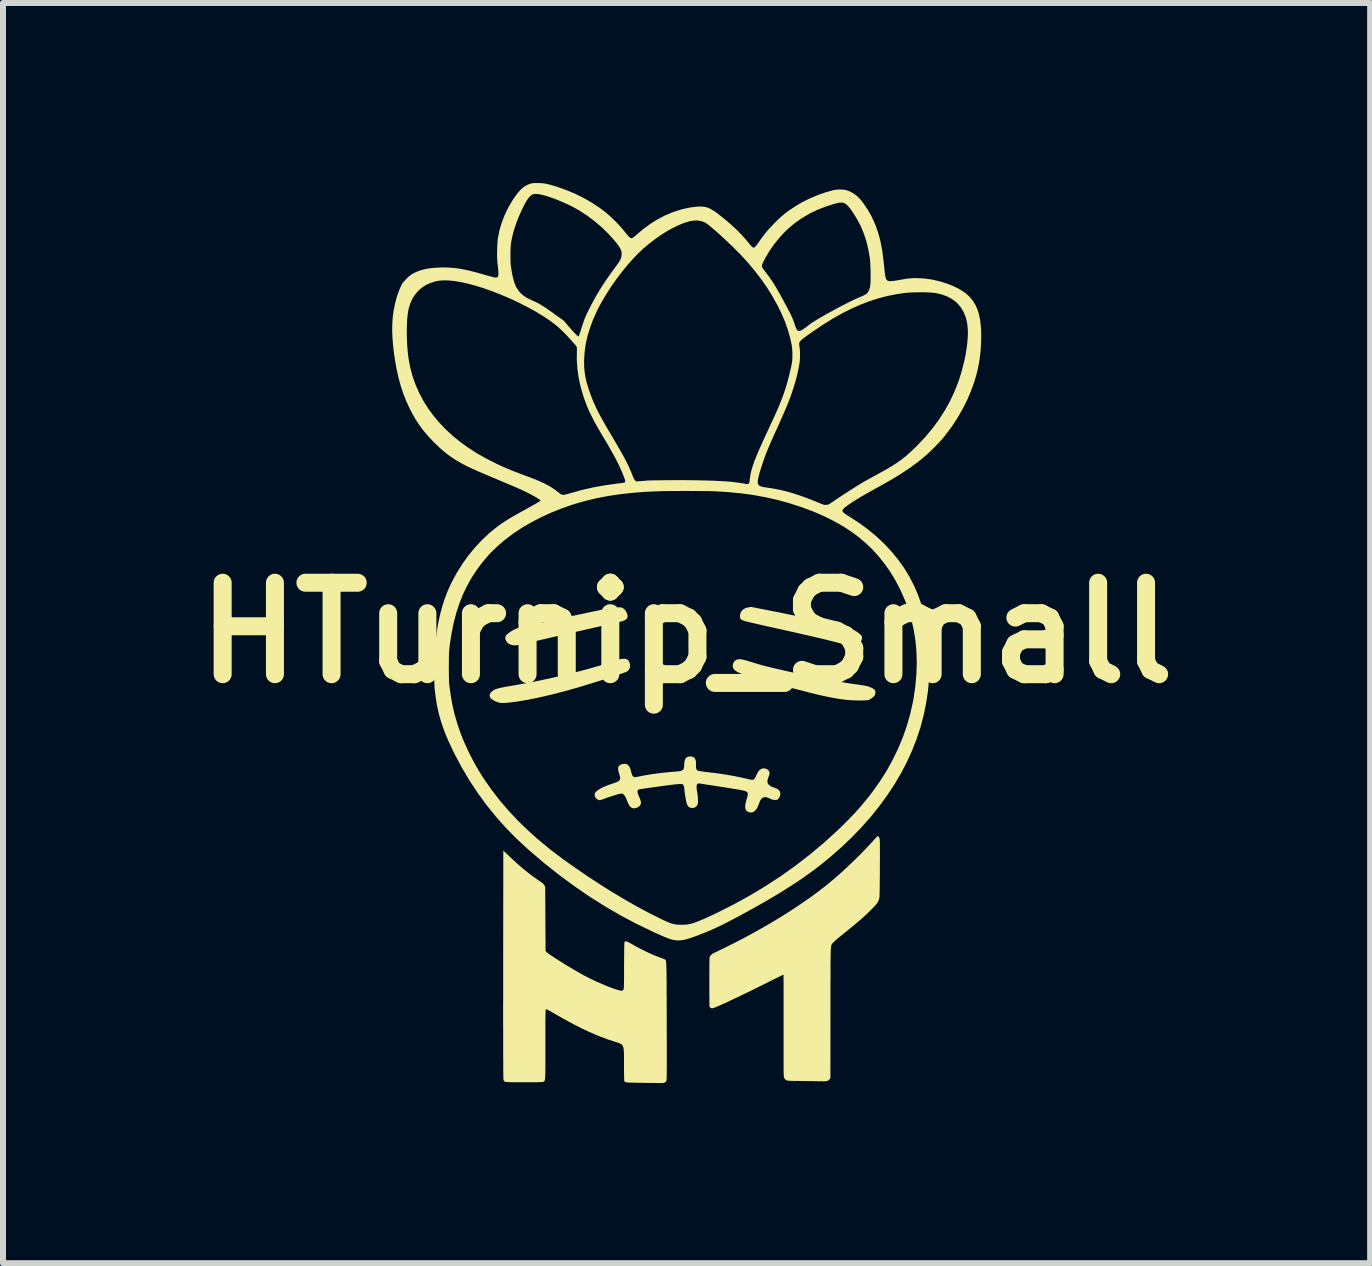
<source format=kicad_pcb>
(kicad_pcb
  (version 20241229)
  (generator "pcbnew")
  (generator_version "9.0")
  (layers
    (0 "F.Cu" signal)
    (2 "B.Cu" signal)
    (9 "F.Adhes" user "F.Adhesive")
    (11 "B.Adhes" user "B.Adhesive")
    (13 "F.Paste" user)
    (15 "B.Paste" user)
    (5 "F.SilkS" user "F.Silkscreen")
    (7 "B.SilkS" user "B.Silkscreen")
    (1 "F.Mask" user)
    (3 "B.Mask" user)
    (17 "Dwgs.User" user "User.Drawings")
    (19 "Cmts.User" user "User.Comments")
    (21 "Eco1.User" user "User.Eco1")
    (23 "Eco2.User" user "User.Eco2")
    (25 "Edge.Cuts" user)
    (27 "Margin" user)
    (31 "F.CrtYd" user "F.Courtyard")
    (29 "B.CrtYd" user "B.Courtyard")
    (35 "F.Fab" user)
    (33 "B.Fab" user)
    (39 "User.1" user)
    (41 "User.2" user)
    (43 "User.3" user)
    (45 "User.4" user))
  (footprint "HTurnip_Small"
    (layer "F.Cu")
    (at 8.389 7.494)
    (property "Reference" "HTurnip_Small" (at 0 0 0) (layer "F.SilkS") (effects (font (size 1.524 1.524) (thickness 0.3))))
    (attr board_only exclude_from_pos_files exclude_from_bom)
    (fp_poly (pts (xy -1.028 0.433) (xy -1.01 0.435) (xy -0.997 0.44) (xy -0.986 0.447) (xy -0.967 0.465) (xy -0.953 0.489) (xy -0.944 0.522) (xy -0.943 0.526) (xy -0.941 0.564) (xy -0.95 0.598) (xy -0.97 0.626) (xy -0.998 0.648) (xy -1.002 0.65) (xy -1.013 0.655) (xy -1.034 0.662) (xy -1.063 0.673) (xy -1.101 0.685) (xy -1.144 0.7) (xy -1.193 0.716) (xy -1.246 0.734) (xy -1.302 0.752) (xy -1.359 0.771) (xy -1.416 0.789) (xy -1.473 0.807) (xy -1.527 0.824) (xy -1.577 0.84) (xy -1.612 0.851) (xy -1.811 0.911) (xy -2.002 0.965) (xy -2.185 1.013) (xy -2.359 1.055) (xy -2.523 1.091) (xy -2.633 1.113) (xy -2.715 1.127) (xy -2.792 1.14) (xy -2.864 1.151) (xy -2.929 1.159) (xy -2.986 1.165) (xy -3.036 1.168) (xy -3.075 1.169) (xy -3.105 1.167) (xy -3.113 1.166) (xy -3.144 1.157) (xy -3.178 1.144) (xy -3.21 1.128) (xy -3.228 1.118) (xy -3.258 1.094) (xy -3.276 1.069) (xy -3.282 1.043) (xy -3.276 1.018) (xy -3.259 0.992) (xy -3.229 0.966) (xy -3.225 0.963) (xy -3.207 0.952) (xy -3.187 0.942) (xy -3.163 0.933) (xy -3.133 0.924) (xy -3.098 0.916) (xy -3.054 0.907) (xy -3.001 0.897) (xy -2.938 0.886) (xy -2.923 0.884) (xy -2.78 0.859) (xy -2.632 0.832) (xy -2.482 0.802) (xy -2.33 0.77) (xy -2.178 0.736) (xy -2.027 0.701) (xy -1.88 0.664) (xy -1.737 0.628) (xy -1.6 0.59) (xy -1.47 0.553) (xy -1.349 0.516) (xy -1.239 0.48) (xy -1.236 0.479) (xy -1.192 0.464) (xy -1.158 0.453) (xy -1.132 0.445) (xy -1.111 0.439) (xy -1.094 0.436) (xy -1.079 0.434) (xy -1.063 0.433) (xy -1.054 0.433)) (stroke (width 0) (type solid)) (fill yes) (layer "F.SilkS"))
    (fp_poly (pts (xy 1.369 -0.374) (xy 1.499 -0.348) (xy 1.619 -0.324) (xy 1.727 -0.302) (xy 1.826 -0.282) (xy 1.915 -0.263) (xy 1.996 -0.247) (xy 2.069 -0.231) (xy 2.134 -0.217) (xy 2.192 -0.205) (xy 2.243 -0.193) (xy 2.28 -0.184) (xy 2.332 -0.172) (xy 2.39 -0.159) (xy 2.449 -0.145) (xy 2.507 -0.131) (xy 2.558 -0.119) (xy 2.572 -0.116) (xy 2.624 -0.104) (xy 2.666 -0.093) (xy 2.701 -0.083) (xy 2.729 -0.073) (xy 2.753 -0.064) (xy 2.762 -0.06) (xy 2.795 -0.043) (xy 2.829 -0.023) (xy 2.86 -0.002) (xy 2.886 0.019) (xy 2.906 0.037) (xy 2.916 0.05) (xy 2.924 0.077) (xy 2.922 0.106) (xy 2.912 0.135) (xy 2.893 0.162) (xy 2.867 0.185) (xy 2.852 0.193) (xy 2.825 0.203) (xy 2.792 0.208) (xy 2.752 0.208) (xy 2.703 0.203) (xy 2.701 0.202) (xy 2.661 0.196) (xy 2.617 0.187) (xy 2.568 0.176) (xy 2.511 0.162) (xy 2.47 0.151) (xy 2.409 0.136) (xy 2.341 0.118) (xy 2.264 0.1) (xy 2.179 0.08) (xy 2.085 0.058) (xy 1.981 0.034) (xy 1.867 0.008) (xy 1.743 -0.02) (xy 1.63 -0.045) (xy 1.524 -0.069) (xy 1.429 -0.09) (xy 1.345 -0.108) (xy 1.271 -0.125) (xy 1.205 -0.14) (xy 1.149 -0.153) (xy 1.1 -0.164) (xy 1.058 -0.174) (xy 1.023 -0.183) (xy 0.994 -0.19) (xy 0.97 -0.197) (xy 0.951 -0.203) (xy 0.937 -0.208) (xy 0.925 -0.213) (xy 0.917 -0.218) (xy 0.91 -0.222) (xy 0.906 -0.227) (xy 0.902 -0.231) (xy 0.899 -0.235) (xy 0.891 -0.259) (xy 0.89 -0.287) (xy 0.896 -0.318) (xy 0.909 -0.349) (xy 0.924 -0.37) (xy 0.948 -0.393) (xy 0.976 -0.409) (xy 1.011 -0.421) (xy 1.033 -0.425) (xy 1.076 -0.432)) (stroke (width 0) (type solid)) (fill yes) (layer "F.SilkS"))
    (fp_poly (pts (xy -1.08 -0.421) (xy -1.05 -0.405) (xy -1.023 -0.379) (xy -1.015 -0.366) (xy -0.993 -0.326) (xy -0.983 -0.292) (xy -0.983 -0.262) (xy -0.994 -0.237) (xy -1.016 -0.217) (xy -1.049 -0.201) (xy -1.069 -0.195) (xy -1.079 -0.192) (xy -1.1 -0.187) (xy -1.131 -0.18) (xy -1.171 -0.17) (xy -1.22 -0.159) (xy -1.276 -0.146) (xy -1.339 -0.132) (xy -1.408 -0.116) (xy -1.482 -0.099) (xy -1.561 -0.081) (xy -1.643 -0.062) (xy -1.716 -0.045) (xy -1.834 -0.019) (xy -1.94 0.006) (xy -2.036 0.028) (xy -2.123 0.048) (xy -2.201 0.065) (xy -2.27 0.081) (xy -2.333 0.096) (xy -2.388 0.108) (xy -2.438 0.12) (xy -2.483 0.13) (xy -2.522 0.14) (xy -2.558 0.148) (xy -2.591 0.156) (xy -2.622 0.163) (xy -2.65 0.17) (xy -2.678 0.177) (xy -2.701 0.183) (xy -2.754 0.195) (xy -2.798 0.203) (xy -2.836 0.208) (xy -2.868 0.209) (xy -2.897 0.206) (xy -2.921 0.2) (xy -2.954 0.187) (xy -2.981 0.167) (xy -3.002 0.141) (xy -3.015 0.113) (xy -3.02 0.084) (xy -3.014 0.056) (xy -3.008 0.044) (xy -2.995 0.029) (xy -2.973 0.01) (xy -2.945 -0.01) (xy -2.913 -0.031) (xy -2.879 -0.05) (xy -2.867 -0.056) (xy -2.819 -0.077) (xy -2.762 -0.096) (xy -2.699 -0.113) (xy -2.641 -0.125) (xy -2.578 -0.137) (xy -2.523 -0.148) (xy -2.473 -0.158) (xy -2.423 -0.168) (xy -2.371 -0.179) (xy -2.313 -0.192) (xy -2.266 -0.203) (xy -2.224 -0.212) (xy -2.173 -0.224) (xy -2.115 -0.236) (xy -2.052 -0.25) (xy -1.987 -0.264) (xy -1.921 -0.278) (xy -1.857 -0.291) (xy -1.833 -0.296) (xy -1.773 -0.309) (xy -1.712 -0.321) (xy -1.653 -0.334) (xy -1.596 -0.346) (xy -1.545 -0.357) (xy -1.501 -0.366) (xy -1.466 -0.373) (xy -1.451 -0.377) (xy -1.376 -0.391) (xy -1.309 -0.402) (xy -1.262 -0.406) (xy -1.231 -0.409) (xy -1.203 -0.412) (xy -1.181 -0.415) (xy -1.167 -0.418) (xy -1.166 -0.418) (xy -1.15 -0.422) (xy -1.129 -0.425) (xy -1.115 -0.425)) (stroke (width 0) (type solid)) (fill yes) (layer "F.SilkS"))
    (fp_poly (pts (xy 0.92 0.443) (xy 0.956 0.451) (xy 1.001 0.463) (xy 1.03 0.472) (xy 1.07 0.484) (xy 1.114 0.497) (xy 1.157 0.51) (xy 1.194 0.522) (xy 1.209 0.526) (xy 1.239 0.535) (xy 1.279 0.545) (xy 1.328 0.558) (xy 1.386 0.572) (xy 1.451 0.588) (xy 1.521 0.604) (xy 1.595 0.621) (xy 1.673 0.639) (xy 1.753 0.657) (xy 1.834 0.675) (xy 1.914 0.693) (xy 1.992 0.71) (xy 2.068 0.726) (xy 2.14 0.741) (xy 2.207 0.755) (xy 2.236 0.76) (xy 2.393 0.79) (xy 2.55 0.817) (xy 2.702 0.841) (xy 2.833 0.859) (xy 2.874 0.865) (xy 2.914 0.871) (xy 2.95 0.877) (xy 2.979 0.882) (xy 3 0.886) (xy 3.006 0.887) (xy 3.037 0.897) (xy 3.069 0.909) (xy 3.097 0.923) (xy 3.12 0.937) (xy 3.135 0.949) (xy 3.137 0.952) (xy 3.145 0.973) (xy 3.147 0.999) (xy 3.142 1.026) (xy 3.137 1.038) (xy 3.125 1.055) (xy 3.105 1.074) (xy 3.08 1.093) (xy 3.055 1.109) (xy 3.033 1.119) (xy 3.032 1.119) (xy 3.017 1.122) (xy 2.991 1.124) (xy 2.958 1.126) (xy 2.919 1.127) (xy 2.876 1.127) (xy 2.832 1.126) (xy 2.788 1.125) (xy 2.746 1.123) (xy 2.719 1.121) (xy 2.659 1.116) (xy 2.599 1.109) (xy 2.538 1.1) (xy 2.473 1.089) (xy 2.405 1.077) (xy 2.332 1.062) (xy 2.253 1.045) (xy 2.167 1.025) (xy 2.072 1.002) (xy 1.969 0.975) (xy 1.868 0.949) (xy 1.806 0.933) (xy 1.736 0.915) (xy 1.662 0.896) (xy 1.587 0.877) (xy 1.515 0.859) (xy 1.45 0.843) (xy 1.427 0.837) (xy 1.352 0.818) (xy 1.287 0.801) (xy 1.229 0.786) (xy 1.177 0.771) (xy 1.129 0.757) (xy 1.083 0.742) (xy 1.037 0.726) (xy 0.988 0.709) (xy 0.973 0.704) (xy 0.921 0.684) (xy 0.878 0.667) (xy 0.845 0.651) (xy 0.82 0.635) (xy 0.801 0.62) (xy 0.787 0.604) (xy 0.779 0.59) (xy 0.77 0.561) (xy 0.771 0.53) (xy 0.781 0.5) (xy 0.799 0.473) (xy 0.823 0.454) (xy 0.843 0.445) (xy 0.865 0.441) (xy 0.89 0.44)) (stroke (width 0) (type solid)) (fill yes) (layer "F.SilkS"))
    (fp_poly (pts (xy 3.194 3.388) (xy 3.201 3.395) (xy 3.208 3.408) (xy 3.212 3.418) (xy 3.214 3.423) (xy 3.216 3.429) (xy 3.218 3.437) (xy 3.219 3.447) (xy 3.22 3.46) (xy 3.221 3.478) (xy 3.221 3.5) (xy 3.222 3.528) (xy 3.222 3.563) (xy 3.222 3.605) (xy 3.222 3.655) (xy 3.222 3.715) (xy 3.222 3.784) (xy 3.221 3.864) (xy 3.221 3.92) (xy 3.221 4.015) (xy 3.22 4.1) (xy 3.219 4.173) (xy 3.219 4.236) (xy 3.218 4.289) (xy 3.217 4.332) (xy 3.216 4.367) (xy 3.215 4.393) (xy 3.213 4.411) (xy 3.212 4.422) (xy 3.212 4.423) (xy 3.205 4.447) (xy 3.196 4.468) (xy 3.185 4.489) (xy 3.171 4.51) (xy 3.152 4.534) (xy 3.127 4.562) (xy 3.095 4.594) (xy 3.06 4.629) (xy 3.023 4.666) (xy 2.985 4.702) (xy 2.946 4.737) (xy 2.906 4.774) (xy 2.861 4.812) (xy 2.813 4.853) (xy 2.758 4.898) (xy 2.697 4.948) (xy 2.627 5.004) (xy 2.608 5.02) (xy 2.571 5.05) (xy 2.535 5.079) (xy 2.503 5.106) (xy 2.476 5.13) (xy 2.455 5.149) (xy 2.441 5.162) (xy 2.437 5.166) (xy 2.433 5.172) (xy 2.429 5.177) (xy 2.425 5.182) (xy 2.421 5.187) (xy 2.418 5.192) (xy 2.415 5.2) (xy 2.412 5.208) (xy 2.41 5.22) (xy 2.408 5.234) (xy 2.406 5.251) (xy 2.405 5.273) (xy 2.403 5.299) (xy 2.402 5.33) (xy 2.401 5.366) (xy 2.401 5.408) (xy 2.4 5.457) (xy 2.399 5.513) (xy 2.399 5.576) (xy 2.399 5.648) (xy 2.399 5.728) (xy 2.398 5.817) (xy 2.398 5.916) (xy 2.398 6.025) (xy 2.398 6.144) (xy 2.398 6.275) (xy 2.398 6.335) (xy 2.397 7.419) (xy 2.384 7.436) (xy 2.371 7.451) (xy 2.356 7.462) (xy 2.337 7.468) (xy 2.311 7.472) (xy 2.276 7.473) (xy 2.259 7.472) (xy 2.238 7.472) (xy 2.206 7.472) (xy 2.165 7.471) (xy 2.118 7.47) (xy 2.066 7.47) (xy 2.01 7.469) (xy 1.953 7.468) (xy 1.934 7.468) (xy 1.872 7.467) (xy 1.821 7.466) (xy 1.78 7.466) (xy 1.747 7.465) (xy 1.721 7.464) (xy 1.702 7.463) (xy 1.687 7.461) (xy 1.677 7.46) (xy 1.669 7.457) (xy 1.663 7.455) (xy 1.66 7.453) (xy 1.643 7.439) (xy 1.629 7.421) (xy 1.627 7.418) (xy 1.626 7.414) (xy 1.624 7.41) (xy 1.623 7.405) (xy 1.622 7.397) (xy 1.621 7.387) (xy 1.62 7.374) (xy 1.619 7.358) (xy 1.619 7.337) (xy 1.618 7.311) (xy 1.618 7.28) (xy 1.617 7.243) (xy 1.617 7.199) (xy 1.617 7.148) (xy 1.617 7.089) (xy 1.617 7.022) (xy 1.617 6.946) (xy 1.617 6.86) (xy 1.617 6.764) (xy 1.617 6.657) (xy 1.617 6.545) (xy 1.617 6.445) (xy 1.617 6.349) (xy 1.617 6.256) (xy 1.617 6.169) (xy 1.617 6.086) (xy 1.617 6.01) (xy 1.617 5.94) (xy 1.617 5.878) (xy 1.617 5.823) (xy 1.616 5.778) (xy 1.616 5.741) (xy 1.616 5.715) (xy 1.615 5.699) (xy 1.615 5.695) (xy 1.609 5.697) (xy 1.594 5.705) (xy 1.57 5.717) (xy 1.538 5.732) (xy 1.5 5.751) (xy 1.457 5.772) (xy 1.409 5.796) (xy 1.36 5.821) (xy 1.218 5.891) (xy 1.085 5.957) (xy 0.96 6.018) (xy 0.845 6.073) (xy 0.739 6.123) (xy 0.643 6.168) (xy 0.626 6.175) (xy 0.575 6.199) (xy 0.534 6.217) (xy 0.5 6.231) (xy 0.474 6.242) (xy 0.454 6.249) (xy 0.439 6.254) (xy 0.427 6.256) (xy 0.421 6.256) (xy 0.403 6.251) (xy 0.389 6.238) (xy 0.382 6.222) (xy 0.382 6.219) (xy 0.381 6.18) (xy 0.381 6.135) (xy 0.381 6.083) (xy 0.38 6.027) (xy 0.38 5.968) (xy 0.38 5.906) (xy 0.38 5.843) (xy 0.38 5.78) (xy 0.38 5.718) (xy 0.38 5.659) (xy 0.381 5.603) (xy 0.381 5.552) (xy 0.381 5.507) (xy 0.382 5.469) (xy 0.382 5.44) (xy 0.383 5.42) (xy 0.383 5.41) (xy 0.384 5.41) (xy 0.391 5.39) (xy 0.405 5.372) (xy 0.425 5.354) (xy 0.454 5.336) (xy 0.493 5.317) (xy 0.498 5.315) (xy 0.686 5.223) (xy 0.874 5.128) (xy 1.059 5.03) (xy 1.24 4.929) (xy 1.418 4.826) (xy 1.589 4.722) (xy 1.755 4.617) (xy 1.913 4.512) (xy 2.063 4.408) (xy 2.203 4.305) (xy 2.333 4.204) (xy 2.365 4.177) (xy 2.464 4.094) (xy 2.566 4.005) (xy 2.669 3.911) (xy 2.771 3.814) (xy 2.87 3.717) (xy 2.964 3.621) (xy 3.052 3.528) (xy 3.115 3.459) (xy 3.141 3.429) (xy 3.161 3.408) (xy 3.176 3.394) (xy 3.186 3.388)) (stroke (width 0) (type solid)) (fill yes) (layer "F.SilkS"))
    (fp_poly (pts (xy -2.973 3.705) (xy -2.882 3.79) (xy -2.797 3.867) (xy -2.716 3.936) (xy -2.638 3.999) (xy -2.562 4.057) (xy -2.486 4.11) (xy -2.444 4.139) (xy -2.414 4.159) (xy -2.393 4.176) (xy -2.379 4.191) (xy -2.37 4.204) (xy -2.355 4.229) (xy -2.352 4.764) (xy -2.349 5.298) (xy -2.336 5.316) (xy -2.326 5.325) (xy -2.307 5.34) (xy -2.28 5.359) (xy -2.246 5.383) (xy -2.205 5.41) (xy -2.16 5.439) (xy -2.111 5.47) (xy -2.059 5.503) (xy -2.005 5.536) (xy -1.95 5.569) (xy -1.896 5.601) (xy -1.844 5.632) (xy -1.794 5.661) (xy -1.747 5.687) (xy -1.706 5.71) (xy -1.702 5.712) (xy -1.639 5.744) (xy -1.574 5.776) (xy -1.508 5.808) (xy -1.441 5.837) (xy -1.376 5.865) (xy -1.314 5.891) (xy -1.255 5.913) (xy -1.202 5.932) (xy -1.156 5.947) (xy -1.117 5.957) (xy -1.092 5.962) (xy -1.074 5.963) (xy -1.064 5.961) (xy -1.056 5.953) (xy -1.053 5.948) (xy -1.051 5.944) (xy -1.049 5.939) (xy -1.047 5.932) (xy -1.046 5.922) (xy -1.044 5.908) (xy -1.044 5.89) (xy -1.043 5.866) (xy -1.042 5.836) (xy -1.042 5.798) (xy -1.041 5.752) (xy -1.041 5.696) (xy -1.041 5.631) (xy -1.041 5.554) (xy -1.041 5.548) (xy -1.04 5.463) (xy -1.04 5.39) (xy -1.039 5.327) (xy -1.039 5.275) (xy -1.038 5.233) (xy -1.037 5.2) (xy -1.036 5.176) (xy -1.034 5.16) (xy -1.033 5.152) (xy -1.033 5.151) (xy -1.025 5.143) (xy -1.015 5.14) (xy -0.999 5.143) (xy -0.977 5.151) (xy -0.948 5.165) (xy -0.911 5.186) (xy -0.892 5.197) (xy -0.832 5.231) (xy -0.766 5.266) (xy -0.697 5.3) (xy -0.628 5.333) (xy -0.561 5.363) (xy -0.501 5.388) (xy -0.487 5.393) (xy -0.454 5.405) (xy -0.424 5.417) (xy -0.398 5.427) (xy -0.38 5.434) (xy -0.374 5.437) (xy -0.369 5.438) (xy -0.364 5.44) (xy -0.36 5.441) (xy -0.356 5.443) (xy -0.352 5.446) (xy -0.349 5.451) (xy -0.346 5.458) (xy -0.344 5.467) (xy -0.342 5.48) (xy -0.34 5.496) (xy -0.338 5.517) (xy -0.337 5.543) (xy -0.336 5.574) (xy -0.335 5.61) (xy -0.334 5.654) (xy -0.333 5.704) (xy -0.333 5.761) (xy -0.332 5.827) (xy -0.332 5.901) (xy -0.332 5.984) (xy -0.331 6.077) (xy -0.331 6.18) (xy -0.331 6.294) (xy -0.33 6.419) (xy -0.33 6.467) (xy -0.33 6.598) (xy -0.33 6.717) (xy -0.329 6.824) (xy -0.329 6.922) (xy -0.329 7.009) (xy -0.329 7.087) (xy -0.329 7.157) (xy -0.329 7.217) (xy -0.33 7.27) (xy -0.33 7.315) (xy -0.33 7.353) (xy -0.331 7.385) (xy -0.331 7.411) (xy -0.332 7.431) (xy -0.333 7.447) (xy -0.334 7.458) (xy -0.334 7.464) (xy -0.335 7.468) (xy -0.352 7.486) (xy -0.377 7.498) (xy -0.409 7.502) (xy -0.421 7.502) (xy -0.434 7.502) (xy -0.458 7.501) (xy -0.491 7.501) (xy -0.532 7.5) (xy -0.579 7.5) (xy -0.631 7.499) (xy -0.687 7.498) (xy -0.731 7.498) (xy -0.798 7.497) (xy -0.854 7.496) (xy -0.9 7.495) (xy -0.937 7.494) (xy -0.966 7.493) (xy -0.988 7.491) (xy -1.005 7.489) (xy -1.017 7.486) (xy -1.025 7.483) (xy -1.03 7.479) (xy -1.034 7.474) (xy -1.036 7.469) (xy -1.038 7.461) (xy -1.039 7.443) (xy -1.04 7.415) (xy -1.04 7.378) (xy -1.041 7.335) (xy -1.042 7.286) (xy -1.042 7.232) (xy -1.042 7.187) (xy -1.042 7.116) (xy -1.042 7.057) (xy -1.043 7.008) (xy -1.045 6.967) (xy -1.048 6.934) (xy -1.053 6.907) (xy -1.06 6.886) (xy -1.07 6.87) (xy -1.084 6.857) (xy -1.101 6.846) (xy -1.123 6.837) (xy -1.15 6.827) (xy -1.182 6.817) (xy -1.211 6.808) (xy -1.318 6.772) (xy -1.423 6.733) (xy -1.529 6.69) (xy -1.635 6.643) (xy -1.745 6.591) (xy -1.858 6.534) (xy -1.977 6.471) (xy -2.102 6.401) (xy -2.202 6.344) (xy -2.243 6.32) (xy -2.275 6.302) (xy -2.299 6.289) (xy -2.317 6.28) (xy -2.329 6.275) (xy -2.337 6.273) (xy -2.342 6.274) (xy -2.344 6.275) (xy -2.345 6.278) (xy -2.347 6.283) (xy -2.348 6.293) (xy -2.349 6.306) (xy -2.349 6.324) (xy -2.35 6.348) (xy -2.351 6.378) (xy -2.351 6.415) (xy -2.352 6.46) (xy -2.352 6.513) (xy -2.352 6.575) (xy -2.352 6.646) (xy -2.352 6.728) (xy -2.352 6.821) (xy -2.352 6.858) (xy -2.352 6.956) (xy -2.352 7.044) (xy -2.352 7.121) (xy -2.352 7.188) (xy -2.352 7.246) (xy -2.353 7.295) (xy -2.353 7.337) (xy -2.354 7.371) (xy -2.356 7.399) (xy -2.357 7.422) (xy -2.359 7.44) (xy -2.362 7.453) (xy -2.365 7.462) (xy -2.368 7.469) (xy -2.372 7.474) (xy -2.376 7.477) (xy -2.382 7.479) (xy -2.388 7.481) (xy -2.389 7.482) (xy -2.397 7.484) (xy -2.41 7.485) (xy -2.43 7.486) (xy -2.456 7.487) (xy -2.491 7.488) (xy -2.535 7.488) (xy -2.589 7.489) (xy -2.653 7.489) (xy -2.711 7.489) (xy -2.782 7.488) (xy -2.841 7.488) (xy -2.891 7.488) (xy -2.932 7.487) (xy -2.964 7.486) (xy -2.99 7.485) (xy -3.009 7.482) (xy -3.023 7.479) (xy -3.033 7.475) (xy -3.04 7.47) (xy -3.044 7.464) (xy -3.047 7.457) (xy -3.05 7.448) (xy -3.05 7.445) (xy -3.051 7.439) (xy -3.052 7.424) (xy -3.052 7.401) (xy -3.053 7.369) (xy -3.053 7.328) (xy -3.054 7.278) (xy -3.054 7.218) (xy -3.054 7.149) (xy -3.055 7.071) (xy -3.055 6.983) (xy -3.055 6.884) (xy -3.055 6.776) (xy -3.055 6.657) (xy -3.056 6.527) (xy -3.056 6.386) (xy -3.056 6.235) (xy -3.055 6.072) (xy -3.055 5.898) (xy -3.055 5.713) (xy -3.055 5.525) (xy -3.053 3.628)) (stroke (width 0) (type solid)) (fill yes) (layer "F.SilkS"))
    (fp_poly (pts (xy 0.094 2.063) (xy 0.118 2.073) (xy 0.136 2.091) (xy 0.145 2.107) (xy 0.151 2.122) (xy 0.155 2.137) (xy 0.157 2.156) (xy 0.157 2.182) (xy 0.157 2.194) (xy 0.157 2.23) (xy 0.16 2.256) (xy 0.165 2.275) (xy 0.175 2.288) (xy 0.186 2.296) (xy 0.198 2.3) (xy 0.221 2.304) (xy 0.252 2.309) (xy 0.29 2.314) (xy 0.335 2.32) (xy 0.336 2.32) (xy 0.46 2.334) (xy 0.575 2.35) (xy 0.683 2.367) (xy 0.786 2.385) (xy 0.886 2.405) (xy 0.983 2.427) (xy 1.027 2.437) (xy 1.06 2.445) (xy 1.085 2.449) (xy 1.104 2.448) (xy 1.118 2.443) (xy 1.13 2.433) (xy 1.141 2.417) (xy 1.153 2.394) (xy 1.167 2.365) (xy 1.179 2.341) (xy 1.192 2.318) (xy 1.203 2.301) (xy 1.204 2.3) (xy 1.223 2.281) (xy 1.247 2.267) (xy 1.272 2.258) (xy 1.283 2.257) (xy 1.31 2.261) (xy 1.338 2.271) (xy 1.36 2.287) (xy 1.361 2.288) (xy 1.376 2.305) (xy 1.382 2.325) (xy 1.382 2.348) (xy 1.374 2.378) (xy 1.368 2.396) (xy 1.355 2.433) (xy 1.348 2.463) (xy 1.348 2.487) (xy 1.354 2.507) (xy 1.366 2.525) (xy 1.374 2.534) (xy 1.39 2.547) (xy 1.407 2.558) (xy 1.429 2.568) (xy 1.457 2.578) (xy 1.494 2.592) (xy 1.521 2.606) (xy 1.54 2.623) (xy 1.553 2.642) (xy 1.556 2.648) (xy 1.563 2.68) (xy 1.559 2.713) (xy 1.545 2.745) (xy 1.531 2.763) (xy 1.519 2.775) (xy 1.509 2.781) (xy 1.496 2.784) (xy 1.475 2.785) (xy 1.473 2.785) (xy 1.451 2.783) (xy 1.43 2.779) (xy 1.408 2.771) (xy 1.391 2.763) (xy 1.357 2.748) (xy 1.331 2.739) (xy 1.31 2.737) (xy 1.291 2.739) (xy 1.276 2.746) (xy 1.256 2.758) (xy 1.24 2.775) (xy 1.226 2.798) (xy 1.212 2.831) (xy 1.205 2.852) (xy 1.185 2.902) (xy 1.161 2.942) (xy 1.134 2.971) (xy 1.105 2.988) (xy 1.072 2.994) (xy 1.046 2.991) (xy 1.016 2.979) (xy 0.995 2.96) (xy 0.981 2.933) (xy 0.977 2.899) (xy 0.98 2.856) (xy 0.992 2.805) (xy 0.999 2.782) (xy 1.011 2.739) (xy 1.019 2.706) (xy 1.02 2.681) (xy 1.016 2.663) (xy 1.01 2.655) (xy 1.004 2.65) (xy 0.998 2.645) (xy 0.989 2.641) (xy 0.979 2.637) (xy 0.965 2.633) (xy 0.946 2.628) (xy 0.923 2.623) (xy 0.895 2.617) (xy 0.86 2.611) (xy 0.817 2.604) (xy 0.766 2.596) (xy 0.707 2.586) (xy 0.638 2.575) (xy 0.558 2.563) (xy 0.507 2.555) (xy 0.451 2.546) (xy 0.398 2.538) (xy 0.349 2.531) (xy 0.305 2.524) (xy 0.269 2.518) (xy 0.241 2.514) (xy 0.222 2.511) (xy 0.214 2.509) (xy 0.194 2.51) (xy 0.18 2.518) (xy 0.171 2.535) (xy 0.167 2.561) (xy 0.168 2.597) (xy 0.175 2.643) (xy 0.179 2.667) (xy 0.186 2.716) (xy 0.19 2.766) (xy 0.191 2.789) (xy 0.191 2.819) (xy 0.189 2.84) (xy 0.186 2.855) (xy 0.181 2.868) (xy 0.177 2.874) (xy 0.157 2.898) (xy 0.129 2.914) (xy 0.095 2.919) (xy 0.093 2.919) (xy 0.061 2.914) (xy 0.034 2.899) (xy 0.015 2.874) (xy 0.013 2.87) (xy 0.006 2.851) (xy -0.002 2.823) (xy -0.01 2.787) (xy -0.017 2.748) (xy -0.024 2.706) (xy -0.03 2.666) (xy -0.034 2.628) (xy -0.035 2.619) (xy -0.039 2.581) (xy -0.044 2.555) (xy -0.05 2.541) (xy -0.054 2.534) (xy -0.059 2.529) (xy -0.066 2.524) (xy -0.074 2.521) (xy -0.086 2.519) (xy -0.101 2.518) (xy -0.122 2.519) (xy -0.148 2.521) (xy -0.182 2.524) (xy -0.222 2.529) (xy -0.272 2.535) (xy -0.331 2.543) (xy -0.401 2.552) (xy -0.439 2.557) (xy -0.502 2.566) (xy -0.561 2.574) (xy -0.615 2.582) (xy -0.665 2.589) (xy -0.707 2.595) (xy -0.742 2.6) (xy -0.768 2.604) (xy -0.784 2.607) (xy -0.789 2.608) (xy -0.806 2.617) (xy -0.816 2.63) (xy -0.818 2.649) (xy -0.813 2.673) (xy -0.801 2.706) (xy -0.795 2.721) (xy -0.777 2.761) (xy -0.766 2.794) (xy -0.76 2.82) (xy -0.76 2.841) (xy -0.761 2.845) (xy -0.771 2.871) (xy -0.79 2.893) (xy -0.816 2.909) (xy -0.844 2.92) (xy -0.874 2.924) (xy -0.903 2.92) (xy -0.927 2.908) (xy -0.932 2.903) (xy -0.948 2.885) (xy -0.964 2.858) (xy -0.979 2.827) (xy -0.991 2.797) (xy -1.001 2.77) (xy -1.014 2.743) (xy -1.028 2.718) (xy -1.041 2.7) (xy -1.046 2.694) (xy -1.066 2.681) (xy -1.09 2.678) (xy -1.119 2.683) (xy -1.12 2.683) (xy -1.155 2.693) (xy -1.195 2.706) (xy -1.237 2.719) (xy -1.279 2.732) (xy -1.317 2.745) (xy -1.35 2.757) (xy -1.375 2.766) (xy -1.383 2.769) (xy -1.407 2.778) (xy -1.429 2.785) (xy -1.445 2.788) (xy -1.446 2.788) (xy -1.475 2.782) (xy -1.5 2.766) (xy -1.52 2.741) (xy -1.521 2.738) (xy -1.531 2.712) (xy -1.531 2.687) (xy -1.522 2.664) (xy -1.502 2.641) (xy -1.471 2.617) (xy -1.447 2.602) (xy -1.403 2.578) (xy -1.354 2.556) (xy -1.298 2.534) (xy -1.233 2.512) (xy -1.221 2.508) (xy -1.177 2.493) (xy -1.145 2.479) (xy -1.123 2.463) (xy -1.11 2.445) (xy -1.106 2.423) (xy -1.108 2.395) (xy -1.118 2.361) (xy -1.122 2.35) (xy -1.135 2.305) (xy -1.14 2.269) (xy -1.138 2.241) (xy -1.127 2.218) (xy -1.107 2.202) (xy -1.078 2.19) (xy -1.06 2.185) (xy -1.025 2.182) (xy -0.995 2.19) (xy -0.97 2.209) (xy -0.968 2.212) (xy -0.953 2.231) (xy -0.942 2.251) (xy -0.933 2.277) (xy -0.924 2.311) (xy -0.922 2.318) (xy -0.912 2.355) (xy -0.9 2.382) (xy -0.886 2.398) (xy -0.873 2.404) (xy -0.859 2.404) (xy -0.835 2.402) (xy -0.804 2.397) (xy -0.794 2.394) (xy -0.691 2.374) (xy -0.584 2.356) (xy -0.472 2.341) (xy -0.351 2.327) (xy -0.221 2.315) (xy -0.203 2.314) (xy -0.155 2.31) (xy -0.117 2.305) (xy -0.089 2.299) (xy -0.069 2.29) (xy -0.055 2.278) (xy -0.046 2.261) (xy -0.041 2.24) (xy -0.039 2.211) (xy -0.039 2.197) (xy -0.035 2.151) (xy -0.027 2.115) (xy -0.013 2.089) (xy 0.007 2.072) (xy 0.033 2.062) (xy 0.062 2.059)) (stroke (width 0) (type solid)) (fill yes) (layer "F.SilkS"))
    (fp_poly (pts (xy -2.477 -7.494) (xy -2.434 -7.493) (xy -2.393 -7.49) (xy -2.352 -7.484) (xy -2.308 -7.475) (xy -2.259 -7.462) (xy -2.203 -7.446) (xy -2.164 -7.434) (xy -2.004 -7.377) (xy -1.85 -7.313) (xy -1.704 -7.24) (xy -1.566 -7.16) (xy -1.436 -7.073) (xy -1.355 -7.012) (xy -1.314 -6.977) (xy -1.268 -6.936) (xy -1.22 -6.89) (xy -1.172 -6.843) (xy -1.128 -6.797) (xy -1.088 -6.753) (xy -1.055 -6.713) (xy -1.052 -6.71) (xy -1.019 -6.669) (xy -0.993 -6.636) (xy -0.972 -6.612) (xy -0.955 -6.595) (xy -0.941 -6.583) (xy -0.93 -6.577) (xy -0.919 -6.575) (xy -0.909 -6.577) (xy -0.899 -6.582) (xy -0.886 -6.589) (xy -0.868 -6.603) (xy -0.846 -6.621) (xy -0.829 -6.636) (xy -0.719 -6.729) (xy -0.605 -6.813) (xy -0.486 -6.887) (xy -0.365 -6.951) (xy -0.242 -7.003) (xy -0.18 -7.025) (xy -0.097 -7.051) (xy -0.013 -7.072) (xy 0.069 -7.088) (xy 0.146 -7.098) (xy 0.194 -7.102) (xy 0.243 -7.103) (xy 0.286 -7.099) (xy 0.327 -7.092) (xy 0.367 -7.079) (xy 0.407 -7.059) (xy 0.451 -7.033) (xy 0.499 -7) (xy 0.541 -6.968) (xy 0.651 -6.88) (xy 0.751 -6.794) (xy 0.841 -6.71) (xy 0.921 -6.628) (xy 0.994 -6.546) (xy 1.023 -6.511) (xy 1.051 -6.477) (xy 1.072 -6.451) (xy 1.09 -6.434) (xy 1.103 -6.423) (xy 1.115 -6.419) (xy 1.125 -6.419) (xy 1.135 -6.425) (xy 1.139 -6.427) (xy 1.148 -6.436) (xy 1.162 -6.453) (xy 1.179 -6.476) (xy 1.199 -6.502) (xy 1.21 -6.519) (xy 1.254 -6.582) (xy 1.296 -6.637) (xy 1.337 -6.688) (xy 1.38 -6.737) (xy 1.428 -6.788) (xy 1.465 -6.826) (xy 1.509 -6.87) (xy 1.547 -6.906) (xy 1.581 -6.937) (xy 1.614 -6.965) (xy 1.648 -6.993) (xy 1.685 -7.021) (xy 1.713 -7.041) (xy 1.819 -7.112) (xy 1.933 -7.178) (xy 2.055 -7.238) (xy 2.18 -7.291) (xy 2.306 -7.336) (xy 2.432 -7.371) (xy 2.439 -7.373) (xy 2.485 -7.382) (xy 2.535 -7.386) (xy 2.585 -7.386) (xy 2.631 -7.382) (xy 2.662 -7.376) (xy 2.719 -7.355) (xy 2.777 -7.324) (xy 2.832 -7.284) (xy 2.883 -7.236) (xy 2.903 -7.213) (xy 2.931 -7.178) (xy 2.962 -7.135) (xy 2.994 -7.088) (xy 3.026 -7.038) (xy 3.055 -6.988) (xy 3.08 -6.943) (xy 3.082 -6.938) (xy 3.123 -6.852) (xy 3.159 -6.765) (xy 3.19 -6.674) (xy 3.217 -6.58) (xy 3.24 -6.479) (xy 3.26 -6.372) (xy 3.276 -6.255) (xy 3.29 -6.129) (xy 3.292 -6.11) (xy 3.298 -6.052) (xy 3.303 -6.004) (xy 3.308 -5.966) (xy 3.313 -5.936) (xy 3.319 -5.913) (xy 3.325 -5.896) (xy 3.332 -5.884) (xy 3.341 -5.875) (xy 3.345 -5.871) (xy 3.36 -5.864) (xy 3.382 -5.86) (xy 3.411 -5.86) (xy 3.448 -5.863) (xy 3.495 -5.87) (xy 3.546 -5.879) (xy 3.602 -5.889) (xy 3.649 -5.897) (xy 3.69 -5.903) (xy 3.729 -5.906) (xy 3.767 -5.909) (xy 3.808 -5.91) (xy 3.835 -5.91) (xy 3.962 -5.904) (xy 4.089 -5.886) (xy 4.217 -5.857) (xy 4.344 -5.817) (xy 4.421 -5.787) (xy 4.512 -5.745) (xy 4.592 -5.699) (xy 4.661 -5.649) (xy 4.721 -5.593) (xy 4.771 -5.532) (xy 4.813 -5.464) (xy 4.847 -5.389) (xy 4.872 -5.306) (xy 4.891 -5.214) (xy 4.892 -5.211) (xy 4.902 -5.124) (xy 4.909 -5.028) (xy 4.91 -4.926) (xy 4.907 -4.819) (xy 4.9 -4.71) (xy 4.889 -4.602) (xy 4.873 -4.496) (xy 4.871 -4.483) (xy 4.839 -4.334) (xy 4.795 -4.183) (xy 4.741 -4.033) (xy 4.677 -3.883) (xy 4.603 -3.735) (xy 4.52 -3.59) (xy 4.429 -3.45) (xy 4.329 -3.314) (xy 4.278 -3.25) (xy 4.242 -3.209) (xy 4.199 -3.162) (xy 4.151 -3.112) (xy 4.101 -3.062) (xy 4.05 -3.013) (xy 4.002 -2.969) (xy 3.957 -2.93) (xy 3.952 -2.925) (xy 3.88 -2.867) (xy 3.806 -2.81) (xy 3.729 -2.754) (xy 3.648 -2.699) (xy 3.562 -2.643) (xy 3.47 -2.586) (xy 3.369 -2.527) (xy 3.26 -2.465) (xy 3.185 -2.424) (xy 3.087 -2.37) (xy 2.998 -2.319) (xy 2.916 -2.272) (xy 2.843 -2.228) (xy 2.779 -2.188) (xy 2.725 -2.153) (xy 2.68 -2.121) (xy 2.645 -2.095) (xy 2.625 -2.077) (xy 2.61 -2.062) (xy 2.601 -2.048) (xy 2.597 -2.035) (xy 2.601 -2.022) (xy 2.612 -2.007) (xy 2.63 -1.991) (xy 2.658 -1.971) (xy 2.695 -1.947) (xy 2.722 -1.931) (xy 2.881 -1.827) (xy 3.03 -1.717) (xy 3.169 -1.602) (xy 3.298 -1.48) (xy 3.417 -1.352) (xy 3.526 -1.219) (xy 3.625 -1.08) (xy 3.713 -0.936) (xy 3.79 -0.787) (xy 3.857 -0.633) (xy 3.913 -0.474) (xy 3.958 -0.311) (xy 3.99 -0.155) (xy 4.006 -0.056) (xy 4.019 0.04) (xy 4.029 0.135) (xy 4.036 0.231) (xy 4.041 0.333) (xy 4.044 0.441) (xy 4.044 0.522) (xy 4.044 0.62) (xy 4.042 0.709) (xy 4.038 0.791) (xy 4.032 0.868) (xy 4.025 0.945) (xy 4.015 1.022) (xy 4.003 1.103) (xy 3.99 1.182) (xy 3.949 1.38) (xy 3.897 1.577) (xy 3.832 1.772) (xy 3.757 1.964) (xy 3.67 2.155) (xy 3.572 2.343) (xy 3.462 2.528) (xy 3.342 2.71) (xy 3.211 2.889) (xy 3.07 3.065) (xy 2.917 3.238) (xy 2.755 3.406) (xy 2.582 3.571) (xy 2.399 3.731) (xy 2.37 3.756) (xy 2.266 3.841) (xy 2.16 3.923) (xy 2.052 4.003) (xy 1.94 4.083) (xy 1.823 4.162) (xy 1.7 4.242) (xy 1.569 4.324) (xy 1.431 4.407) (xy 1.283 4.493) (xy 1.181 4.551) (xy 1.058 4.619) (xy 0.945 4.682) (xy 0.84 4.738) (xy 0.742 4.79) (xy 0.65 4.837) (xy 0.564 4.88) (xy 0.482 4.918) (xy 0.404 4.954) (xy 0.328 4.986) (xy 0.254 5.016) (xy 0.181 5.044) (xy 0.108 5.07) (xy 0.083 5.079) (xy 0.024 5.098) (xy -0.027 5.112) (xy -0.072 5.12) (xy -0.113 5.125) (xy -0.154 5.125) (xy -0.186 5.122) (xy -0.209 5.118) (xy -0.232 5.114) (xy -0.256 5.107) (xy -0.284 5.099) (xy -0.315 5.087) (xy -0.352 5.073) (xy -0.395 5.055) (xy -0.446 5.032) (xy -0.505 5.006) (xy -0.555 4.983) (xy -0.825 4.853) (xy -1.091 4.713) (xy -1.354 4.56) (xy -1.613 4.397) (xy -1.869 4.221) (xy -2.122 4.035) (xy -2.372 3.837) (xy -2.618 3.627) (xy -2.653 3.596) (xy -2.838 3.425) (xy -3.013 3.246) (xy -3.178 3.06) (xy -3.334 2.868) (xy -3.48 2.667) (xy -3.617 2.46) (xy -3.744 2.245) (xy -3.863 2.023) (xy -3.96 1.819) (xy -4.014 1.693) (xy -4.06 1.571) (xy -4.099 1.45) (xy -4.132 1.329) (xy -4.159 1.204) (xy -4.18 1.072) (xy -4.197 0.933) (xy -4.198 0.922) (xy -4.2 0.887) (xy -4.202 0.842) (xy -4.204 0.789) (xy -4.205 0.729) (xy -4.205 0.666) (xy -4.205 0.599) (xy -4.205 0.552) (xy -3.961 0.552) (xy -3.961 0.611) (xy -3.96 0.669) (xy -3.96 0.724) (xy -3.958 0.774) (xy -3.957 0.817) (xy -3.955 0.851) (xy -3.953 0.869) (xy -3.93 1.039) (xy -3.901 1.201) (xy -3.865 1.356) (xy -3.822 1.507) (xy -3.771 1.657) (xy -3.712 1.806) (xy -3.643 1.957) (xy -3.614 2.018) (xy -3.574 2.096) (xy -3.537 2.166) (xy -3.5 2.232) (xy -3.462 2.296) (xy -3.421 2.363) (xy -3.375 2.434) (xy -3.37 2.442) (xy -3.246 2.619) (xy -3.112 2.793) (xy -2.966 2.963) (xy -2.81 3.129) (xy -2.642 3.292) (xy -2.463 3.452) (xy -2.272 3.609) (xy -2.07 3.762) (xy -2.05 3.777) (xy -1.846 3.921) (xy -1.642 4.061) (xy -1.438 4.194) (xy -1.235 4.322) (xy -1.034 4.442) (xy -0.837 4.554) (xy -0.644 4.658) (xy -0.457 4.752) (xy -0.439 4.761) (xy -0.388 4.786) (xy -0.345 4.805) (xy -0.309 4.821) (xy -0.277 4.833) (xy -0.249 4.843) (xy -0.223 4.851) (xy -0.2 4.856) (xy -0.17 4.861) (xy -0.132 4.863) (xy -0.089 4.864) (xy -0.046 4.864) (xy -0.004 4.861) (xy 0.03 4.857) (xy 0.035 4.856) (xy 0.066 4.849) (xy 0.1 4.84) (xy 0.137 4.828) (xy 0.178 4.813) (xy 0.225 4.794) (xy 0.278 4.772) (xy 0.338 4.745) (xy 0.407 4.713) (xy 0.485 4.676) (xy 0.502 4.668) (xy 0.78 4.528) (xy 1.05 4.38) (xy 1.312 4.222) (xy 1.566 4.057) (xy 1.812 3.882) (xy 2.049 3.699) (xy 2.279 3.507) (xy 2.5 3.307) (xy 2.611 3.2) (xy 2.713 3.097) (xy 2.807 2.999) (xy 2.894 2.902) (xy 2.975 2.805) (xy 3.054 2.707) (xy 3.095 2.653) (xy 3.219 2.479) (xy 3.332 2.302) (xy 3.433 2.12) (xy 3.523 1.934) (xy 3.602 1.745) (xy 3.67 1.552) (xy 3.726 1.355) (xy 3.771 1.155) (xy 3.785 1.077) (xy 3.813 0.881) (xy 3.83 0.689) (xy 3.836 0.501) (xy 3.831 0.317) (xy 3.815 0.137) (xy 3.787 -0.039) (xy 3.749 -0.212) (xy 3.699 -0.381) (xy 3.638 -0.547) (xy 3.565 -0.71) (xy 3.561 -0.719) (xy 3.483 -0.869) (xy 3.398 -1.01) (xy 3.306 -1.142) (xy 3.207 -1.267) (xy 3.101 -1.385) (xy 2.986 -1.495) (xy 2.864 -1.598) (xy 2.732 -1.695) (xy 2.592 -1.785) (xy 2.442 -1.869) (xy 2.282 -1.948) (xy 2.112 -2.021) (xy 1.932 -2.088) (xy 1.895 -2.101) (xy 1.702 -2.163) (xy 1.508 -2.216) (xy 1.31 -2.26) (xy 1.108 -2.297) (xy 0.901 -2.325) (xy 0.687 -2.345) (xy 0.484 -2.358) (xy 0.441 -2.359) (xy 0.389 -2.361) (xy 0.328 -2.362) (xy 0.259 -2.362) (xy 0.185 -2.363) (xy 0.107 -2.363) (xy 0.026 -2.364) (xy -0.056 -2.364) (xy -0.137 -2.363) (xy -0.217 -2.363) (xy -0.292 -2.362) (xy -0.363 -2.361) (xy -0.426 -2.36) (xy -0.482 -2.358) (xy -0.495 -2.358) (xy -0.709 -2.348) (xy -0.914 -2.331) (xy -1.11 -2.309) (xy -1.298 -2.281) (xy -1.479 -2.247) (xy -1.654 -2.206) (xy -1.824 -2.159) (xy -1.904 -2.134) (xy -2.088 -2.07) (xy -2.265 -1.999) (xy -2.433 -1.921) (xy -2.594 -1.837) (xy -2.747 -1.748) (xy -2.89 -1.652) (xy -3.024 -1.551) (xy -3.148 -1.445) (xy -3.262 -1.335) (xy -3.3 -1.294) (xy -3.403 -1.173) (xy -3.496 -1.048) (xy -3.581 -0.918) (xy -3.657 -0.782) (xy -3.725 -0.641) (xy -3.784 -0.492) (xy -3.835 -0.337) (xy -3.878 -0.173) (xy -3.913 -0.002) (xy -3.942 0.178) (xy -3.953 0.272) (xy -3.955 0.3) (xy -3.957 0.338) (xy -3.959 0.384) (xy -3.96 0.436) (xy -3.96 0.493) (xy -3.961 0.552) (xy -4.205 0.552) (xy -4.205 0.533) (xy -4.203 0.468) (xy -4.202 0.406) (xy -4.2 0.349) (xy -4.197 0.3) (xy -4.194 0.269) (xy -4.178 0.106) (xy -4.157 -0.047) (xy -4.132 -0.191) (xy -4.101 -0.327) (xy -4.066 -0.456) (xy -4.025 -0.579) (xy -3.979 -0.699) (xy -3.927 -0.815) (xy -3.913 -0.842) (xy -3.83 -0.997) (xy -3.737 -1.145) (xy -3.636 -1.287) (xy -3.527 -1.42) (xy -3.41 -1.545) (xy -3.286 -1.661) (xy -3.211 -1.723) (xy -3.167 -1.758) (xy -3.124 -1.79) (xy -3.081 -1.821) (xy -3.036 -1.851) (xy -2.988 -1.882) (xy -2.936 -1.914) (xy -2.877 -1.948) (xy -2.811 -1.985) (xy -2.736 -2.027) (xy -2.726 -2.032) (xy -2.665 -2.066) (xy -2.609 -2.097) (xy -2.559 -2.125) (xy -2.517 -2.149) (xy -2.483 -2.169) (xy -2.457 -2.185) (xy -2.44 -2.196) (xy -2.433 -2.202) (xy -2.436 -2.209) (xy -2.448 -2.22) (xy -2.469 -2.234) (xy -2.497 -2.252) (xy -2.532 -2.272) (xy -2.572 -2.294) (xy -2.617 -2.318) (xy -2.664 -2.342) (xy -2.713 -2.365) (xy -2.763 -2.389) (xy -2.813 -2.411) (xy -2.847 -2.426) (xy -2.883 -2.441) (xy -2.926 -2.459) (xy -2.975 -2.48) (xy -3.027 -2.502) (xy -3.079 -2.524) (xy -3.129 -2.545) (xy -3.131 -2.546) (xy -3.183 -2.568) (xy -3.239 -2.591) (xy -3.296 -2.616) (xy -3.351 -2.639) (xy -3.402 -2.661) (xy -3.441 -2.677) (xy -3.547 -2.724) (xy -3.643 -2.768) (xy -3.73 -2.813) (xy -3.81 -2.858) (xy -3.885 -2.905) (xy -3.956 -2.954) (xy -4.024 -3.007) (xy -4.092 -3.064) (xy -4.16 -3.128) (xy -4.209 -3.175) (xy -4.298 -3.269) (xy -4.377 -3.361) (xy -4.448 -3.456) (xy -4.514 -3.555) (xy -4.574 -3.662) (xy -4.618 -3.746) (xy -4.672 -3.866) (xy -4.721 -3.99) (xy -4.763 -4.118) (xy -4.8 -4.254) (xy -4.832 -4.398) (xy -4.853 -4.516) (xy -4.875 -4.659) (xy -4.89 -4.792) (xy -4.9 -4.918) (xy -4.905 -5.036) (xy -4.904 -5.046) (xy -4.661 -5.046) (xy -4.66 -4.957) (xy -4.658 -4.866) (xy -4.653 -4.776) (xy -4.646 -4.689) (xy -4.637 -4.607) (xy -4.633 -4.576) (xy -4.605 -4.425) (xy -4.566 -4.278) (xy -4.515 -4.134) (xy -4.453 -3.994) (xy -4.381 -3.858) (xy -4.297 -3.727) (xy -4.223 -3.626) (xy -4.124 -3.507) (xy -4.016 -3.393) (xy -3.899 -3.285) (xy -3.773 -3.182) (xy -3.637 -3.084) (xy -3.492 -2.991) (xy -3.336 -2.903) (xy -3.169 -2.818) (xy -3.08 -2.777) (xy -3.042 -2.76) (xy -3.006 -2.744) (xy -2.97 -2.729) (xy -2.932 -2.713) (xy -2.891 -2.697) (xy -2.845 -2.679) (xy -2.792 -2.659) (xy -2.732 -2.636) (xy -2.667 -2.612) (xy -2.58 -2.579) (xy -2.504 -2.549) (xy -2.436 -2.52) (xy -2.376 -2.492) (xy -2.321 -2.464) (xy -2.271 -2.436) (xy -2.225 -2.407) (xy -2.18 -2.375) (xy -2.136 -2.341) (xy -2.129 -2.336) (xy -2.109 -2.321) (xy -2.093 -2.309) (xy -2.077 -2.302) (xy -2.059 -2.299) (xy -2.039 -2.3) (xy -2.014 -2.305) (xy -1.981 -2.313) (xy -1.94 -2.325) (xy -1.93 -2.328) (xy -1.744 -2.38) (xy -1.555 -2.423) (xy -1.361 -2.458) (xy -1.16 -2.486) (xy -1.136 -2.489) (xy -1.102 -2.493) (xy -1.072 -2.497) (xy -1.049 -2.501) (xy -1.034 -2.505) (xy -1.03 -2.507) (xy -1.024 -2.514) (xy -1.022 -2.524) (xy -1.023 -2.539) (xy -1.029 -2.559) (xy -1.039 -2.588) (xy -1.051 -2.618) (xy -1.071 -2.668) (xy -1.092 -2.716) (xy -1.113 -2.764) (xy -1.137 -2.813) (xy -1.162 -2.864) (xy -1.19 -2.918) (xy -1.222 -2.976) (xy -1.257 -3.038) (xy -1.296 -3.108) (xy -1.341 -3.184) (xy -1.391 -3.268) (xy -1.427 -3.328) (xy -1.482 -3.423) (xy -1.533 -3.515) (xy -1.579 -3.604) (xy -1.62 -3.687) (xy -1.653 -3.763) (xy -1.665 -3.792) (xy -1.721 -3.947) (xy -1.765 -4.101) (xy -1.798 -4.253) (xy -1.819 -4.403) (xy -1.826 -4.51) (xy -1.707 -4.51) (xy -1.705 -4.426) (xy -1.698 -4.346) (xy -1.686 -4.268) (xy -1.668 -4.187) (xy -1.643 -4.101) (xy -1.63 -4.059) (xy -1.61 -4.001) (xy -1.59 -3.946) (xy -1.569 -3.892) (xy -1.547 -3.838) (xy -1.522 -3.784) (xy -1.496 -3.727) (xy -1.466 -3.668) (xy -1.432 -3.604) (xy -1.394 -3.535) (xy -1.352 -3.46) (xy -1.304 -3.378) (xy -1.25 -3.287) (xy -1.227 -3.249) (xy -1.178 -3.165) (xy -1.134 -3.09) (xy -1.096 -3.024) (xy -1.062 -2.963) (xy -1.032 -2.909) (xy -1.006 -2.858) (xy -0.982 -2.811) (xy -0.961 -2.766) (xy -0.941 -2.722) (xy -0.923 -2.678) (xy -0.907 -2.638) (xy -0.891 -2.598) (xy -0.877 -2.569) (xy -0.865 -2.549) (xy -0.858 -2.541) (xy -0.84 -2.523) (xy -0.779 -2.527) (xy -0.747 -2.529) (xy -0.709 -2.532) (xy -0.67 -2.535) (xy -0.648 -2.537) (xy -0.629 -2.538) (xy -0.599 -2.539) (xy -0.56 -2.54) (xy -0.513 -2.541) (xy -0.46 -2.541) (xy -0.4 -2.542) (xy -0.337 -2.543) (xy -0.27 -2.543) (xy -0.202 -2.544) (xy -0.2 -2.544) (xy -0.063 -2.544) (xy 0.069 -2.543) (xy 0.196 -2.541) (xy 0.317 -2.538) (xy 0.431 -2.535) (xy 0.536 -2.53) (xy 0.631 -2.525) (xy 0.716 -2.519) (xy 0.716 -2.519) (xy 0.751 -2.516) (xy 0.791 -2.511) (xy 0.832 -2.506) (xy 0.874 -2.5) (xy 0.912 -2.495) (xy 0.944 -2.49) (xy 0.968 -2.485) (xy 0.973 -2.484) (xy 1 -2.479) (xy 1.021 -2.479) (xy 1.03 -2.482) (xy 1.04 -2.493) (xy 1.044 -2.503) (xy 1.187 -2.503) (xy 1.19 -2.485) (xy 1.196 -2.471) (xy 1.199 -2.466) (xy 1.209 -2.455) (xy 1.223 -2.446) (xy 1.242 -2.439) (xy 1.267 -2.432) (xy 1.302 -2.425) (xy 1.346 -2.419) (xy 1.354 -2.418) (xy 1.456 -2.402) (xy 1.557 -2.382) (xy 1.659 -2.358) (xy 1.762 -2.329) (xy 1.87 -2.294) (xy 1.983 -2.254) (xy 2.103 -2.207) (xy 2.158 -2.185) (xy 2.193 -2.171) (xy 2.224 -2.158) (xy 2.25 -2.147) (xy 2.269 -2.14) (xy 2.279 -2.136) (xy 2.28 -2.135) (xy 2.299 -2.132) (xy 2.323 -2.132) (xy 2.347 -2.134) (xy 2.366 -2.139) (xy 2.366 -2.139) (xy 2.379 -2.146) (xy 2.398 -2.158) (xy 2.422 -2.174) (xy 2.449 -2.192) (xy 2.454 -2.196) (xy 2.486 -2.218) (xy 2.526 -2.244) (xy 2.571 -2.274) (xy 2.62 -2.307) (xy 2.672 -2.34) (xy 2.724 -2.374) (xy 2.775 -2.406) (xy 2.823 -2.437) (xy 2.867 -2.464) (xy 2.905 -2.487) (xy 2.934 -2.505) (xy 2.94 -2.508) (xy 2.969 -2.525) (xy 3.006 -2.545) (xy 3.047 -2.568) (xy 3.09 -2.592) (xy 3.132 -2.615) (xy 3.143 -2.621) (xy 3.231 -2.669) (xy 3.309 -2.712) (xy 3.379 -2.753) (xy 3.443 -2.792) (xy 3.501 -2.83) (xy 3.554 -2.867) (xy 3.605 -2.905) (xy 3.655 -2.945) (xy 3.704 -2.988) (xy 3.754 -3.034) (xy 3.807 -3.085) (xy 3.845 -3.122) (xy 3.976 -3.26) (xy 4.096 -3.404) (xy 4.205 -3.552) (xy 4.303 -3.705) (xy 4.391 -3.863) (xy 4.467 -4.026) (xy 4.533 -4.194) (xy 4.587 -4.366) (xy 4.631 -4.544) (xy 4.647 -4.621) (xy 4.666 -4.735) (xy 4.679 -4.839) (xy 4.686 -4.934) (xy 4.688 -5.021) (xy 4.683 -5.101) (xy 4.673 -5.174) (xy 4.657 -5.242) (xy 4.634 -5.305) (xy 4.616 -5.346) (xy 4.575 -5.415) (xy 4.526 -5.477) (xy 4.468 -5.53) (xy 4.402 -5.574) (xy 4.327 -5.611) (xy 4.244 -5.64) (xy 4.152 -5.661) (xy 4.135 -5.663) (xy 4.101 -5.667) (xy 4.057 -5.67) (xy 4.005 -5.673) (xy 3.948 -5.674) (xy 3.889 -5.674) (xy 3.828 -5.673) (xy 3.77 -5.672) (xy 3.716 -5.669) (xy 3.667 -5.666) (xy 3.641 -5.663) (xy 3.49 -5.641) (xy 3.341 -5.611) (xy 3.192 -5.572) (xy 3.044 -5.524) (xy 2.896 -5.467) (xy 2.747 -5.401) (xy 2.596 -5.325) (xy 2.443 -5.239) (xy 2.286 -5.142) (xy 2.126 -5.035) (xy 2.104 -5.02) (xy 2.05 -4.982) (xy 2.004 -4.949) (xy 1.967 -4.922) (xy 1.938 -4.9) (xy 1.915 -4.88) (xy 1.898 -4.864) (xy 1.887 -4.849) (xy 1.88 -4.836) (xy 1.877 -4.823) (xy 1.876 -4.81) (xy 1.878 -4.795) (xy 1.88 -4.785) (xy 1.885 -4.748) (xy 1.889 -4.702) (xy 1.891 -4.651) (xy 1.891 -4.599) (xy 1.888 -4.55) (xy 1.884 -4.506) (xy 1.884 -4.504) (xy 1.867 -4.408) (xy 1.845 -4.304) (xy 1.816 -4.193) (xy 1.781 -4.079) (xy 1.742 -3.962) (xy 1.698 -3.845) (xy 1.689 -3.824) (xy 1.673 -3.782) (xy 1.655 -3.739) (xy 1.635 -3.693) (xy 1.613 -3.642) (xy 1.588 -3.586) (xy 1.56 -3.523) (xy 1.529 -3.452) (xy 1.492 -3.372) (xy 1.48 -3.346) (xy 1.445 -3.267) (xy 1.414 -3.198) (xy 1.387 -3.137) (xy 1.364 -3.082) (xy 1.343 -3.032) (xy 1.324 -2.985) (xy 1.307 -2.94) (xy 1.292 -2.896) (xy 1.276 -2.851) (xy 1.264 -2.815) (xy 1.241 -2.744) (xy 1.223 -2.684) (xy 1.208 -2.633) (xy 1.198 -2.59) (xy 1.191 -2.555) (xy 1.187 -2.526) (xy 1.187 -2.503) (xy 1.044 -2.503) (xy 1.047 -2.512) (xy 1.052 -2.54) (xy 1.053 -2.552) (xy 1.058 -2.59) (xy 1.064 -2.629) (xy 1.072 -2.669) (xy 1.082 -2.71) (xy 1.094 -2.754) (xy 1.11 -2.801) (xy 1.128 -2.853) (xy 1.15 -2.909) (xy 1.175 -2.971) (xy 1.204 -3.04) (xy 1.238 -3.116) (xy 1.276 -3.2) (xy 1.319 -3.294) (xy 1.367 -3.397) (xy 1.369 -3.4) (xy 1.416 -3.502) (xy 1.459 -3.595) (xy 1.497 -3.68) (xy 1.531 -3.758) (xy 1.561 -3.831) (xy 1.588 -3.898) (xy 1.612 -3.963) (xy 1.633 -4.025) (xy 1.653 -4.086) (xy 1.672 -4.148) (xy 1.689 -4.211) (xy 1.706 -4.276) (xy 1.71 -4.292) (xy 1.724 -4.35) (xy 1.735 -4.398) (xy 1.744 -4.438) (xy 1.751 -4.471) (xy 1.756 -4.501) (xy 1.76 -4.527) (xy 1.762 -4.552) (xy 1.763 -4.578) (xy 1.764 -4.606) (xy 1.764 -4.632) (xy 1.763 -4.678) (xy 1.761 -4.72) (xy 1.757 -4.759) (xy 1.751 -4.8) (xy 1.742 -4.844) (xy 1.73 -4.896) (xy 1.725 -4.919) (xy 1.687 -5.052) (xy 1.639 -5.189) (xy 1.579 -5.327) (xy 1.51 -5.467) (xy 1.432 -5.607) (xy 1.345 -5.747) (xy 1.249 -5.885) (xy 1.144 -6.022) (xy 1.074 -6.107) (xy 1.256 -6.107) (xy 1.262 -6.087) (xy 1.275 -6.066) (xy 1.296 -6.038) (xy 1.299 -6.034) (xy 1.331 -5.993) (xy 1.362 -5.952) (xy 1.392 -5.91) (xy 1.422 -5.866) (xy 1.452 -5.819) (xy 1.484 -5.767) (xy 1.517 -5.71) (xy 1.554 -5.646) (xy 1.593 -5.575) (xy 1.636 -5.495) (xy 1.677 -5.418) (xy 1.705 -5.365) (xy 1.728 -5.321) (xy 1.746 -5.283) (xy 1.761 -5.249) (xy 1.774 -5.218) (xy 1.786 -5.188) (xy 1.791 -5.172) (xy 1.805 -5.131) (xy 1.816 -5.101) (xy 1.826 -5.078) (xy 1.834 -5.061) (xy 1.841 -5.049) (xy 1.849 -5.039) (xy 1.852 -5.037) (xy 1.865 -5.029) (xy 1.883 -5.028) (xy 1.906 -5.037) (xy 1.935 -5.053) (xy 1.947 -5.062) (xy 1.971 -5.078) (xy 1.999 -5.099) (xy 2.029 -5.122) (xy 2.048 -5.136) (xy 2.075 -5.156) (xy 2.113 -5.181) (xy 2.159 -5.21) (xy 2.211 -5.241) (xy 2.27 -5.275) (xy 2.332 -5.311) (xy 2.398 -5.347) (xy 2.466 -5.384) (xy 2.534 -5.421) (xy 2.602 -5.456) (xy 2.668 -5.49) (xy 2.73 -5.521) (xy 2.788 -5.549) (xy 2.84 -5.573) (xy 2.885 -5.593) (xy 2.891 -5.595) (xy 2.923 -5.609) (xy 2.952 -5.622) (xy 2.976 -5.635) (xy 2.993 -5.645) (xy 2.997 -5.647) (xy 3.022 -5.674) (xy 3.041 -5.709) (xy 3.055 -5.753) (xy 3.063 -5.805) (xy 3.065 -5.838) (xy 3.067 -5.88) (xy 3.067 -5.929) (xy 3.067 -5.982) (xy 3.066 -6.037) (xy 3.064 -6.092) (xy 3.062 -6.144) (xy 3.059 -6.191) (xy 3.055 -6.23) (xy 3.054 -6.244) (xy 3.029 -6.387) (xy 2.997 -6.522) (xy 2.955 -6.65) (xy 2.904 -6.773) (xy 2.843 -6.89) (xy 2.773 -7.002) (xy 2.76 -7.02) (xy 2.727 -7.067) (xy 2.697 -7.104) (xy 2.67 -7.132) (xy 2.644 -7.152) (xy 2.617 -7.164) (xy 2.588 -7.169) (xy 2.555 -7.168) (xy 2.516 -7.161) (xy 2.469 -7.149) (xy 2.456 -7.146) (xy 2.31 -7.099) (xy 2.172 -7.044) (xy 2.043 -6.981) (xy 1.921 -6.909) (xy 1.807 -6.829) (xy 1.699 -6.739) (xy 1.633 -6.676) (xy 1.543 -6.578) (xy 1.457 -6.471) (xy 1.379 -6.359) (xy 1.311 -6.242) (xy 1.277 -6.176) (xy 1.264 -6.148) (xy 1.257 -6.126) (xy 1.256 -6.107) (xy 1.074 -6.107) (xy 1.033 -6.156) (xy 0.953 -6.245) (xy 0.909 -6.292) (xy 0.86 -6.342) (xy 0.809 -6.393) (xy 0.756 -6.446) (xy 0.701 -6.498) (xy 0.646 -6.55) (xy 0.592 -6.6) (xy 0.54 -6.648) (xy 0.49 -6.692) (xy 0.443 -6.732) (xy 0.401 -6.767) (xy 0.365 -6.797) (xy 0.334 -6.82) (xy 0.311 -6.835) (xy 0.305 -6.838) (xy 0.249 -6.859) (xy 0.188 -6.87) (xy 0.124 -6.87) (xy 0.055 -6.858) (xy 0.045 -6.856) (xy -0.044 -6.828) (xy -0.136 -6.791) (xy -0.232 -6.744) (xy -0.33 -6.69) (xy -0.429 -6.627) (xy -0.527 -6.558) (xy -0.624 -6.483) (xy -0.719 -6.403) (xy -0.809 -6.318) (xy -0.875 -6.25) (xy -0.969 -6.145) (xy -1.062 -6.033) (xy -1.152 -5.915) (xy -1.239 -5.794) (xy -1.319 -5.671) (xy -1.393 -5.55) (xy -1.459 -5.431) (xy -1.487 -5.375) (xy -1.552 -5.232) (xy -1.605 -5.091) (xy -1.648 -4.953) (xy -1.679 -4.816) (xy -1.698 -4.68) (xy -1.707 -4.546) (xy -1.707 -4.51) (xy -1.826 -4.51) (xy -1.829 -4.551) (xy -1.827 -4.697) (xy -1.826 -4.711) (xy -1.826 -4.727) (xy -1.826 -4.741) (xy -1.828 -4.753) (xy -1.832 -4.765) (xy -1.84 -4.779) (xy -1.853 -4.796) (xy -1.871 -4.817) (xy -1.896 -4.845) (xy -1.925 -4.878) (xy -1.988 -4.947) (xy -2.047 -5.008) (xy -2.104 -5.063) (xy -2.161 -5.113) (xy -2.219 -5.16) (xy -2.283 -5.206) (xy -2.352 -5.253) (xy -2.389 -5.277) (xy -2.516 -5.354) (xy -2.653 -5.429) (xy -2.797 -5.502) (xy -2.946 -5.572) (xy -3.098 -5.636) (xy -3.249 -5.695) (xy -3.399 -5.748) (xy -3.528 -5.787) (xy -3.644 -5.818) (xy -3.754 -5.843) (xy -3.856 -5.86) (xy -3.95 -5.87) (xy -4.035 -5.873) (xy -4.112 -5.869) (xy -4.179 -5.857) (xy -4.183 -5.856) (xy -4.267 -5.83) (xy -4.343 -5.795) (xy -4.411 -5.75) (xy -4.472 -5.697) (xy -4.524 -5.635) (xy -4.568 -5.566) (xy -4.603 -5.489) (xy -4.629 -5.404) (xy -4.64 -5.349) (xy -4.649 -5.285) (xy -4.655 -5.212) (xy -4.659 -5.132) (xy -4.661 -5.046) (xy -4.904 -5.046) (xy -4.903 -5.149) (xy -4.895 -5.257) (xy -4.882 -5.361) (xy -4.862 -5.463) (xy -4.837 -5.564) (xy -4.835 -5.573) (xy -4.821 -5.616) (xy -4.805 -5.662) (xy -4.788 -5.708) (xy -4.77 -5.75) (xy -4.753 -5.787) (xy -4.74 -5.812) (xy -4.72 -5.84) (xy -4.693 -5.871) (xy -4.662 -5.904) (xy -4.629 -5.935) (xy -4.597 -5.961) (xy -4.57 -5.98) (xy -4.506 -6.012) (xy -4.436 -6.039) (xy -4.361 -6.059) (xy -4.277 -6.074) (xy -4.185 -6.083) (xy -4.104 -6.087) (xy -4.033 -6.088) (xy -3.964 -6.086) (xy -3.896 -6.081) (xy -3.827 -6.074) (xy -3.755 -6.063) (xy -3.68 -6.048) (xy -3.598 -6.029) (xy -3.51 -6.007) (xy -3.413 -5.98) (xy -3.367 -5.966) (xy -3.325 -5.954) (xy -3.284 -5.943) (xy -3.248 -5.934) (xy -3.218 -5.926) (xy -3.196 -5.921) (xy -3.184 -5.92) (xy -3.168 -5.92) (xy -3.155 -5.924) (xy -3.145 -5.932) (xy -3.139 -5.945) (xy -3.135 -5.965) (xy -3.134 -5.992) (xy -3.136 -6.027) (xy -3.14 -6.072) (xy -3.146 -6.128) (xy -3.146 -6.129) (xy -3.151 -6.168) (xy -3.154 -6.203) (xy -3.156 -6.237) (xy -3.157 -6.272) (xy -3.157 -6.292) (xy -2.934 -6.292) (xy -2.933 -6.243) (xy -2.933 -6.204) (xy -2.932 -6.171) (xy -2.93 -6.142) (xy -2.927 -6.114) (xy -2.923 -6.086) (xy -2.918 -6.053) (xy -2.917 -6.047) (xy -2.904 -5.971) (xy -2.889 -5.906) (xy -2.874 -5.85) (xy -2.856 -5.802) (xy -2.837 -5.759) (xy -2.814 -5.722) (xy -2.814 -5.721) (xy -2.772 -5.668) (xy -2.721 -5.621) (xy -2.66 -5.581) (xy -2.59 -5.546) (xy -2.587 -5.545) (xy -2.552 -5.53) (xy -2.52 -5.515) (xy -2.489 -5.5) (xy -2.458 -5.484) (xy -2.426 -5.465) (xy -2.391 -5.443) (xy -2.352 -5.418) (xy -2.308 -5.387) (xy -2.257 -5.352) (xy -2.198 -5.31) (xy -2.193 -5.306) (xy -2.043 -5.199) (xy -1.973 -5.115) (xy -1.939 -5.076) (xy -1.907 -5.04) (xy -1.878 -5.008) (xy -1.851 -4.981) (xy -1.829 -4.959) (xy -1.812 -4.945) (xy -1.801 -4.938) (xy -1.796 -4.938) (xy -1.793 -4.946) (xy -1.788 -4.963) (xy -1.779 -4.989) (xy -1.768 -5.021) (xy -1.756 -5.058) (xy -1.744 -5.098) (xy -1.728 -5.146) (xy -1.715 -5.185) (xy -1.703 -5.219) (xy -1.691 -5.251) (xy -1.677 -5.282) (xy -1.662 -5.316) (xy -1.642 -5.356) (xy -1.621 -5.399) (xy -1.552 -5.531) (xy -1.479 -5.66) (xy -1.399 -5.789) (xy -1.312 -5.919) (xy -1.216 -6.053) (xy -1.2 -6.075) (xy -1.167 -6.119) (xy -1.141 -6.156) (xy -1.12 -6.186) (xy -1.106 -6.212) (xy -1.095 -6.234) (xy -1.088 -6.255) (xy -1.084 -6.275) (xy -1.082 -6.296) (xy -1.081 -6.324) (xy -1.085 -6.35) (xy -1.092 -6.377) (xy -1.105 -6.405) (xy -1.124 -6.436) (xy -1.149 -6.471) (xy -1.181 -6.512) (xy -1.204 -6.54) (xy -1.306 -6.653) (xy -1.417 -6.761) (xy -1.535 -6.861) (xy -1.658 -6.953) (xy -1.779 -7.032) (xy -1.842 -7.068) (xy -1.909 -7.104) (xy -1.98 -7.139) (xy -2.052 -7.171) (xy -2.124 -7.202) (xy -2.195 -7.23) (xy -2.264 -7.255) (xy -2.328 -7.276) (xy -2.388 -7.293) (xy -2.441 -7.305) (xy -2.486 -7.311) (xy -2.509 -7.313) (xy -2.542 -7.311) (xy -2.569 -7.303) (xy -2.591 -7.289) (xy -2.615 -7.267) (xy -2.639 -7.238) (xy -2.665 -7.198) (xy -2.693 -7.15) (xy -2.721 -7.095) (xy -2.75 -7.035) (xy -2.779 -6.971) (xy -2.807 -6.904) (xy -2.833 -6.837) (xy -2.856 -6.77) (xy -2.877 -6.705) (xy -2.893 -6.644) (xy -2.895 -6.638) (xy -2.907 -6.587) (xy -2.916 -6.542) (xy -2.923 -6.501) (xy -2.928 -6.461) (xy -2.931 -6.419) (xy -2.933 -6.372) (xy -2.934 -6.317) (xy -2.934 -6.292) (xy -3.157 -6.292) (xy -3.157 -6.312) (xy -3.156 -6.36) (xy -3.156 -6.375) (xy -3.154 -6.431) (xy -3.152 -6.481) (xy -3.149 -6.525) (xy -3.145 -6.561) (xy -3.143 -6.575) (xy -3.117 -6.707) (xy -3.079 -6.835) (xy -3.031 -6.96) (xy -2.972 -7.082) (xy -2.902 -7.203) (xy -2.882 -7.233) (xy -2.838 -7.296) (xy -2.796 -7.349) (xy -2.756 -7.392) (xy -2.714 -7.427) (xy -2.672 -7.454) (xy -2.627 -7.474) (xy -2.606 -7.481) (xy -2.587 -7.487) (xy -2.568 -7.491) (xy -2.547 -7.493) (xy -2.521 -7.494) (xy -2.486 -7.494)) (stroke (width 0) (type solid)) (fill yes) (layer "F.SilkS")))
  (gr_rect
    (start -3 -3)
    (end 19.779 17.997)
    (stroke (width 0.1) (type default))
    (fill no)
    (layer "Edge.Cuts")))
</source>
